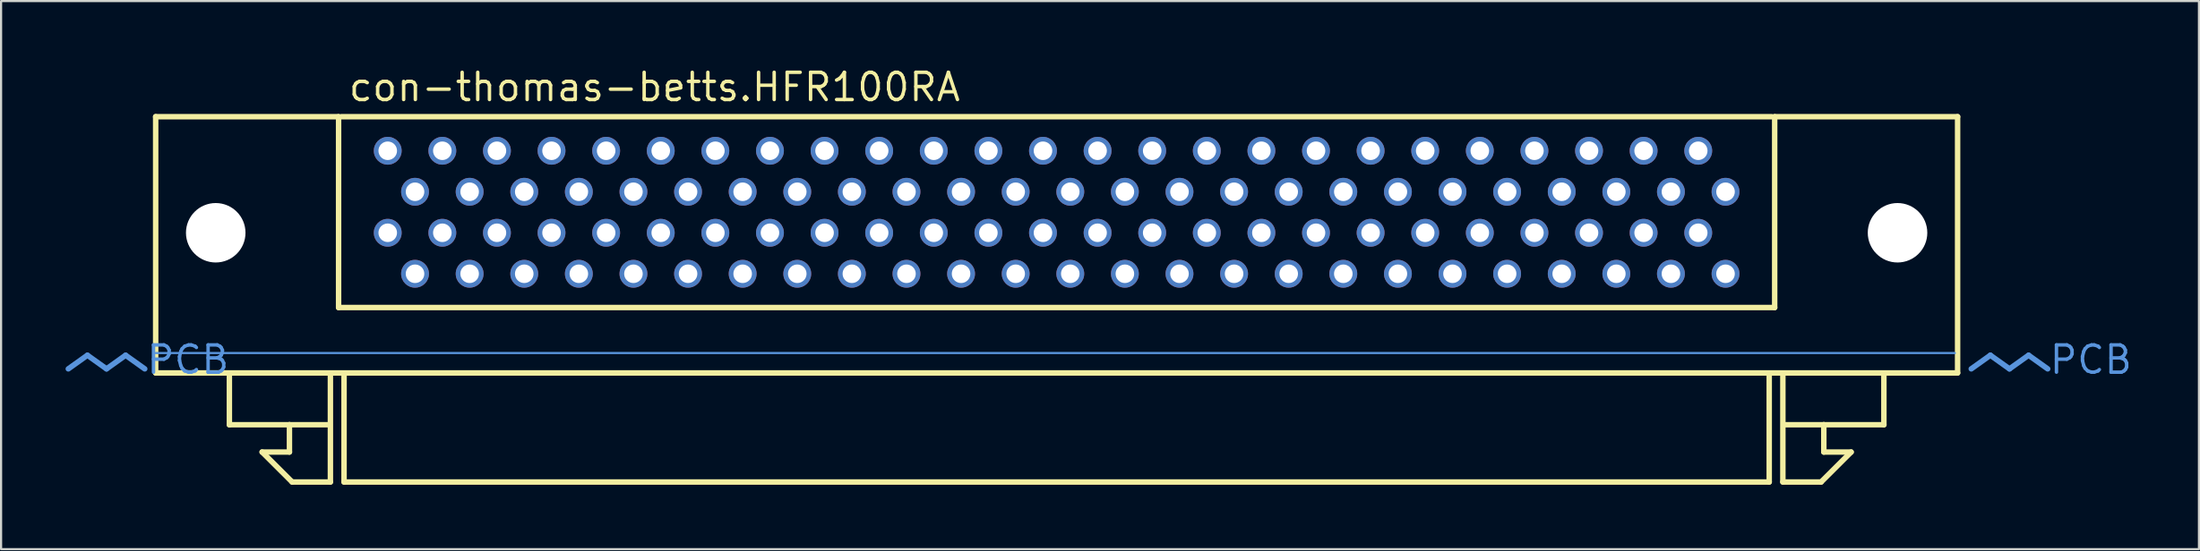
<source format=kicad_pcb>
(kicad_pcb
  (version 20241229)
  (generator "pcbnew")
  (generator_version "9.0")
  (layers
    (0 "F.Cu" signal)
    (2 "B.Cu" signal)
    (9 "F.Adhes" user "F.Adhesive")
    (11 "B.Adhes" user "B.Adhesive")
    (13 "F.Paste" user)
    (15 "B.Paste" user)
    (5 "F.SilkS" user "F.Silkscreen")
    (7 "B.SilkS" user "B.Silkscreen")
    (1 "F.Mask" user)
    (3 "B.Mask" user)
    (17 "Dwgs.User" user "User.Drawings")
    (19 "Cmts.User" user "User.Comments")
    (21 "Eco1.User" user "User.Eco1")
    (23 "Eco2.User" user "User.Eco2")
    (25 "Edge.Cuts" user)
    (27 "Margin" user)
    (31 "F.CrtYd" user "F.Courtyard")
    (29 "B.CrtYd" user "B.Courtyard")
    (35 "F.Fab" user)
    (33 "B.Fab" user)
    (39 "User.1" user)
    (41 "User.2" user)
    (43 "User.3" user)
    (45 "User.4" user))
  (footprint "con-thomas-betts.HFR100RA"
    (layer "F.Cu")
    (at 46.101 12.863)
    (property "Reference" "con-thomas-betts.HFR100RA" (at -33.02 -11.113 0) (layer "F.SilkS") (effects (font (size 1.27 1.27) (thickness 0.16)) (justify left bottom)))
    (attr through_hole)
    (fp_line (start -41.91 -10.477) (end -33.401 -10.477) (stroke (width 0.254) (type default)) (layer "F.SilkS"))
    (fp_line (start -41.91 1.46) (end -41.91 -10.477) (stroke (width 0.254) (type default)) (layer "F.SilkS"))
    (fp_line (start -38.481 3.873) (end -38.481 1.587) (stroke (width 0.254) (type default)) (layer "F.SilkS"))
    (fp_line (start -36.957 5.144) (end -35.687 5.144) (stroke (width 0.254) (type default)) (layer "F.SilkS"))
    (fp_line (start -35.687 3.873) (end -38.481 3.873) (stroke (width 0.254) (type default)) (layer "F.SilkS"))
    (fp_line (start -35.687 3.873) (end -33.909 3.873) (stroke (width 0.254) (type default)) (layer "F.SilkS"))
    (fp_line (start -35.687 5.144) (end -35.687 3.873) (stroke (width 0.254) (type default)) (layer "F.SilkS"))
    (fp_line (start -35.56 6.54) (end -36.957 5.144) (stroke (width 0.254) (type default)) (layer "F.SilkS"))
    (fp_line (start -33.782 1.587) (end -33.782 6.54) (stroke (width 0.254) (type default)) (layer "F.SilkS"))
    (fp_line (start -33.782 6.54) (end -35.56 6.54) (stroke (width 0.254) (type default)) (layer "F.SilkS"))
    (fp_line (start -33.401 -10.477) (end -33.401 -1.587) (stroke (width 0.254) (type default)) (layer "F.SilkS"))
    (fp_line (start -33.401 -1.587) (end 33.401 -1.587) (stroke (width 0.254) (type default)) (layer "F.SilkS"))
    (fp_line (start -33.274 -10.477) (end 33.274 -10.477) (stroke (width 0.254) (type default)) (layer "F.SilkS"))
    (fp_line (start -33.147 6.54) (end -33.147 1.587) (stroke (width 0.254) (type default)) (layer "F.SilkS"))
    (fp_line (start 33.147 1.587) (end 33.147 6.54) (stroke (width 0.254) (type default)) (layer "F.SilkS"))
    (fp_line (start 33.147 6.54) (end -33.147 6.54) (stroke (width 0.254) (type default)) (layer "F.SilkS"))
    (fp_line (start 33.401 -10.477) (end 41.91 -10.477) (stroke (width 0.254) (type default)) (layer "F.SilkS"))
    (fp_line (start 33.401 -1.587) (end 33.401 -10.477) (stroke (width 0.254) (type default)) (layer "F.SilkS"))
    (fp_line (start 33.782 1.587) (end 33.782 6.54) (stroke (width 0.254) (type default)) (layer "F.SilkS"))
    (fp_line (start 33.782 6.54) (end 35.56 6.54) (stroke (width 0.254) (type default)) (layer "F.SilkS"))
    (fp_line (start 35.56 6.54) (end 36.957 5.144) (stroke (width 0.254) (type default)) (layer "F.SilkS"))
    (fp_line (start 35.687 3.873) (end 33.909 3.873) (stroke (width 0.254) (type default)) (layer "F.SilkS"))
    (fp_line (start 35.687 3.873) (end 38.481 3.873) (stroke (width 0.254) (type default)) (layer "F.SilkS"))
    (fp_line (start 35.687 5.144) (end 35.687 3.873) (stroke (width 0.254) (type default)) (layer "F.SilkS"))
    (fp_line (start 36.957 5.144) (end 35.687 5.144) (stroke (width 0.254) (type default)) (layer "F.SilkS"))
    (fp_line (start 38.481 3.873) (end 38.481 1.587) (stroke (width 0.254) (type default)) (layer "F.SilkS"))
    (fp_line (start 41.91 -10.477) (end 41.91 1.46) (stroke (width 0.254) (type default)) (layer "F.SilkS"))
    (fp_line (start 41.91 1.46) (end -41.91 1.46) (stroke (width 0.254) (type default)) (layer "F.SilkS"))
    (fp_line (start -45.085 0.635) (end -45.974 1.27) (stroke (width 0.254) (type default)) (layer "Cmts.User"))
    (fp_line (start -45.085 0.635) (end -44.196 1.27) (stroke (width 0.254) (type default)) (layer "Cmts.User"))
    (fp_line (start -43.307 0.635) (end -44.196 1.27) (stroke (width 0.254) (type default)) (layer "Cmts.User"))
    (fp_line (start -43.307 0.635) (end -42.418 1.27) (stroke (width 0.254) (type default)) (layer "Cmts.User"))
    (fp_line (start -41.91 0.533) (end 41.783 0.533) (stroke (width 0.1) (type default)) (layer "Cmts.User"))
    (fp_line (start 43.434 0.635) (end 42.545 1.27) (stroke (width 0.254) (type default)) (layer "Cmts.User"))
    (fp_line (start 43.434 0.635) (end 44.323 1.27) (stroke (width 0.254) (type default)) (layer "Cmts.User"))
    (fp_line (start 45.212 0.635) (end 44.323 1.27) (stroke (width 0.254) (type default)) (layer "Cmts.User"))
    (fp_line (start 45.212 0.635) (end 46.101 1.27) (stroke (width 0.254) (type default)) (layer "Cmts.User"))
    (fp_text user "PCB" (at 46.101 1.587 180) (layer "Cmts.User") (effects (font (size 1.27 1.27) (thickness 0.16)) (justify left bottom)))
    (fp_text user "PCB" (at -42.418 1.587 180) (layer "Cmts.User") (effects (font (size 1.27 1.27) (thickness 0.16)) (justify left bottom)))
    (pad "" np_thru_hole circle (at -39.116 -5.07) (size 2.769 2.769) (drill 2.769) (layers "*.Cu" "*.Mask"))
    (pad "" np_thru_hole circle (at 39.116 -5.07) (size 2.769 2.769) (drill 2.769) (layers "*.Cu" "*.Mask"))
    (pad "1" thru_hole circle (at 31.115 -6.98) (size 1.295 1.295) (drill 0.864) (layers "*.Cu" "*.Mask"))
    (pad "2" thru_hole circle (at 29.845 -8.89) (size 1.295 1.295) (drill 0.864) (layers "*.Cu" "*.Mask"))
    (pad "3" thru_hole circle (at 28.575 -6.98) (size 1.295 1.295) (drill 0.864) (layers "*.Cu" "*.Mask"))
    (pad "4" thru_hole circle (at 27.305 -8.89) (size 1.295 1.295) (drill 0.864) (layers "*.Cu" "*.Mask"))
    (pad "5" thru_hole circle (at 26.035 -6.98) (size 1.295 1.295) (drill 0.864) (layers "*.Cu" "*.Mask"))
    (pad "6" thru_hole circle (at 24.765 -8.89) (size 1.295 1.295) (drill 0.864) (layers "*.Cu" "*.Mask"))
    (pad "7" thru_hole circle (at 23.495 -6.98) (size 1.295 1.295) (drill 0.864) (layers "*.Cu" "*.Mask"))
    (pad "8" thru_hole circle (at 22.225 -8.89) (size 1.295 1.295) (drill 0.864) (layers "*.Cu" "*.Mask"))
    (pad "9" thru_hole circle (at 20.955 -6.98) (size 1.295 1.295) (drill 0.864) (layers "*.Cu" "*.Mask"))
    (pad "10" thru_hole circle (at 19.685 -8.89) (size 1.295 1.295) (drill 0.864) (layers "*.Cu" "*.Mask"))
    (pad "11" thru_hole circle (at 18.415 -6.98) (size 1.295 1.295) (drill 0.864) (layers "*.Cu" "*.Mask"))
    (pad "12" thru_hole circle (at 17.145 -8.89) (size 1.295 1.295) (drill 0.864) (layers "*.Cu" "*.Mask"))
    (pad "13" thru_hole circle (at 15.875 -6.98) (size 1.295 1.295) (drill 0.864) (layers "*.Cu" "*.Mask"))
    (pad "14" thru_hole circle (at 14.605 -8.89) (size 1.295 1.295) (drill 0.864) (layers "*.Cu" "*.Mask"))
    (pad "15" thru_hole circle (at 13.335 -6.98) (size 1.295 1.295) (drill 0.864) (layers "*.Cu" "*.Mask"))
    (pad "16" thru_hole circle (at 12.065 -8.89) (size 1.295 1.295) (drill 0.864) (layers "*.Cu" "*.Mask"))
    (pad "17" thru_hole circle (at 10.795 -6.98) (size 1.295 1.295) (drill 0.864) (layers "*.Cu" "*.Mask"))
    (pad "18" thru_hole circle (at 9.525 -8.89) (size 1.295 1.295) (drill 0.864) (layers "*.Cu" "*.Mask"))
    (pad "19" thru_hole circle (at 8.255 -6.98) (size 1.295 1.295) (drill 0.864) (layers "*.Cu" "*.Mask"))
    (pad "20" thru_hole circle (at 6.985 -8.89) (size 1.295 1.295) (drill 0.864) (layers "*.Cu" "*.Mask"))
    (pad "21" thru_hole circle (at 5.715 -6.98) (size 1.295 1.295) (drill 0.864) (layers "*.Cu" "*.Mask"))
    (pad "22" thru_hole circle (at 4.445 -8.89) (size 1.295 1.295) (drill 0.864) (layers "*.Cu" "*.Mask"))
    (pad "23" thru_hole circle (at 3.175 -6.98) (size 1.295 1.295) (drill 0.864) (layers "*.Cu" "*.Mask"))
    (pad "24" thru_hole circle (at 1.905 -8.89) (size 1.295 1.295) (drill 0.864) (layers "*.Cu" "*.Mask"))
    (pad "25" thru_hole circle (at 0.635 -6.98) (size 1.295 1.295) (drill 0.864) (layers "*.Cu" "*.Mask"))
    (pad "26" thru_hole circle (at -0.635 -8.89) (size 1.295 1.295) (drill 0.864) (layers "*.Cu" "*.Mask"))
    (pad "27" thru_hole circle (at -1.905 -6.98) (size 1.295 1.295) (drill 0.864) (layers "*.Cu" "*.Mask"))
    (pad "28" thru_hole circle (at -3.175 -8.89) (size 1.295 1.295) (drill 0.864) (layers "*.Cu" "*.Mask"))
    (pad "29" thru_hole circle (at -4.445 -6.98) (size 1.295 1.295) (drill 0.864) (layers "*.Cu" "*.Mask"))
    (pad "30" thru_hole circle (at -5.715 -8.89) (size 1.295 1.295) (drill 0.864) (layers "*.Cu" "*.Mask"))
    (pad "31" thru_hole circle (at -6.985 -6.98) (size 1.295 1.295) (drill 0.864) (layers "*.Cu" "*.Mask"))
    (pad "32" thru_hole circle (at -8.255 -8.89) (size 1.295 1.295) (drill 0.864) (layers "*.Cu" "*.Mask"))
    (pad "33" thru_hole circle (at -9.525 -6.98) (size 1.295 1.295) (drill 0.864) (layers "*.Cu" "*.Mask"))
    (pad "34" thru_hole circle (at -10.795 -8.89) (size 1.295 1.295) (drill 0.864) (layers "*.Cu" "*.Mask"))
    (pad "35" thru_hole circle (at -12.065 -6.98) (size 1.295 1.295) (drill 0.864) (layers "*.Cu" "*.Mask"))
    (pad "36" thru_hole circle (at -13.335 -8.89) (size 1.295 1.295) (drill 0.864) (layers "*.Cu" "*.Mask"))
    (pad "37" thru_hole circle (at -14.605 -6.98) (size 1.295 1.295) (drill 0.864) (layers "*.Cu" "*.Mask"))
    (pad "38" thru_hole circle (at -15.875 -8.89) (size 1.295 1.295) (drill 0.864) (layers "*.Cu" "*.Mask"))
    (pad "39" thru_hole circle (at -17.145 -6.98) (size 1.295 1.295) (drill 0.864) (layers "*.Cu" "*.Mask"))
    (pad "40" thru_hole circle (at -18.415 -8.89) (size 1.295 1.295) (drill 0.864) (layers "*.Cu" "*.Mask"))
    (pad "41" thru_hole circle (at -19.685 -6.98) (size 1.295 1.295) (drill 0.864) (layers "*.Cu" "*.Mask"))
    (pad "42" thru_hole circle (at -20.955 -8.89) (size 1.295 1.295) (drill 0.864) (layers "*.Cu" "*.Mask"))
    (pad "43" thru_hole circle (at -22.225 -6.98) (size 1.295 1.295) (drill 0.864) (layers "*.Cu" "*.Mask"))
    (pad "44" thru_hole circle (at -23.495 -8.89) (size 1.295 1.295) (drill 0.864) (layers "*.Cu" "*.Mask"))
    (pad "45" thru_hole circle (at -24.765 -6.98) (size 1.295 1.295) (drill 0.864) (layers "*.Cu" "*.Mask"))
    (pad "46" thru_hole circle (at -26.035 -8.89) (size 1.295 1.295) (drill 0.864) (layers "*.Cu" "*.Mask"))
    (pad "47" thru_hole circle (at -27.305 -6.98) (size 1.295 1.295) (drill 0.864) (layers "*.Cu" "*.Mask"))
    (pad "48" thru_hole circle (at -28.575 -8.89) (size 1.295 1.295) (drill 0.864) (layers "*.Cu" "*.Mask"))
    (pad "49" thru_hole circle (at -29.845 -6.98) (size 1.295 1.295) (drill 0.864) (layers "*.Cu" "*.Mask"))
    (pad "50" thru_hole circle (at -31.115 -8.89) (size 1.295 1.295) (drill 0.864) (layers "*.Cu" "*.Mask"))
    (pad "51" thru_hole circle (at 31.115 -3.16) (size 1.295 1.295) (drill 0.864) (layers "*.Cu" "*.Mask"))
    (pad "52" thru_hole circle (at 29.845 -5.07) (size 1.295 1.295) (drill 0.864) (layers "*.Cu" "*.Mask"))
    (pad "53" thru_hole circle (at 28.575 -3.16) (size 1.295 1.295) (drill 0.864) (layers "*.Cu" "*.Mask"))
    (pad "54" thru_hole circle (at 27.305 -5.07) (size 1.295 1.295) (drill 0.864) (layers "*.Cu" "*.Mask"))
    (pad "55" thru_hole circle (at 26.035 -3.16) (size 1.295 1.295) (drill 0.864) (layers "*.Cu" "*.Mask"))
    (pad "56" thru_hole circle (at 24.765 -5.07) (size 1.295 1.295) (drill 0.864) (layers "*.Cu" "*.Mask"))
    (pad "57" thru_hole circle (at 23.495 -3.16) (size 1.295 1.295) (drill 0.864) (layers "*.Cu" "*.Mask"))
    (pad "58" thru_hole circle (at 22.225 -5.07) (size 1.295 1.295) (drill 0.864) (layers "*.Cu" "*.Mask"))
    (pad "59" thru_hole circle (at 20.955 -3.16) (size 1.295 1.295) (drill 0.864) (layers "*.Cu" "*.Mask"))
    (pad "60" thru_hole circle (at 19.685 -5.07) (size 1.295 1.295) (drill 0.864) (layers "*.Cu" "*.Mask"))
    (pad "61" thru_hole circle (at 18.415 -3.16) (size 1.295 1.295) (drill 0.864) (layers "*.Cu" "*.Mask"))
    (pad "62" thru_hole circle (at 17.145 -5.07) (size 1.295 1.295) (drill 0.864) (layers "*.Cu" "*.Mask"))
    (pad "63" thru_hole circle (at 15.875 -3.16) (size 1.295 1.295) (drill 0.864) (layers "*.Cu" "*.Mask"))
    (pad "64" thru_hole circle (at 14.605 -5.07) (size 1.295 1.295) (drill 0.864) (layers "*.Cu" "*.Mask"))
    (pad "65" thru_hole circle (at 13.335 -3.16) (size 1.295 1.295) (drill 0.864) (layers "*.Cu" "*.Mask"))
    (pad "66" thru_hole circle (at 12.065 -5.07) (size 1.295 1.295) (drill 0.864) (layers "*.Cu" "*.Mask"))
    (pad "67" thru_hole circle (at 10.795 -3.16) (size 1.295 1.295) (drill 0.864) (layers "*.Cu" "*.Mask"))
    (pad "68" thru_hole circle (at 9.525 -5.07) (size 1.295 1.295) (drill 0.864) (layers "*.Cu" "*.Mask"))
    (pad "69" thru_hole circle (at 8.255 -3.16) (size 1.295 1.295) (drill 0.864) (layers "*.Cu" "*.Mask"))
    (pad "70" thru_hole circle (at 6.985 -5.07) (size 1.295 1.295) (drill 0.864) (layers "*.Cu" "*.Mask"))
    (pad "71" thru_hole circle (at 5.715 -3.16) (size 1.295 1.295) (drill 0.864) (layers "*.Cu" "*.Mask"))
    (pad "72" thru_hole circle (at 4.445 -5.07) (size 1.295 1.295) (drill 0.864) (layers "*.Cu" "*.Mask"))
    (pad "73" thru_hole circle (at 3.175 -3.16) (size 1.295 1.295) (drill 0.864) (layers "*.Cu" "*.Mask"))
    (pad "74" thru_hole circle (at 1.905 -5.07) (size 1.295 1.295) (drill 0.864) (layers "*.Cu" "*.Mask"))
    (pad "75" thru_hole circle (at 0.635 -3.16) (size 1.295 1.295) (drill 0.864) (layers "*.Cu" "*.Mask"))
    (pad "76" thru_hole circle (at -0.635 -5.07) (size 1.295 1.295) (drill 0.864) (layers "*.Cu" "*.Mask"))
    (pad "77" thru_hole circle (at -1.905 -3.16) (size 1.295 1.295) (drill 0.864) (layers "*.Cu" "*.Mask"))
    (pad "78" thru_hole circle (at -3.175 -5.07) (size 1.295 1.295) (drill 0.864) (layers "*.Cu" "*.Mask"))
    (pad "79" thru_hole circle (at -4.445 -3.16) (size 1.295 1.295) (drill 0.864) (layers "*.Cu" "*.Mask"))
    (pad "80" thru_hole circle (at -5.715 -5.07) (size 1.295 1.295) (drill 0.864) (layers "*.Cu" "*.Mask"))
    (pad "81" thru_hole circle (at -6.985 -3.16) (size 1.295 1.295) (drill 0.864) (layers "*.Cu" "*.Mask"))
    (pad "82" thru_hole circle (at -8.255 -5.07) (size 1.295 1.295) (drill 0.864) (layers "*.Cu" "*.Mask"))
    (pad "83" thru_hole circle (at -9.525 -3.16) (size 1.295 1.295) (drill 0.864) (layers "*.Cu" "*.Mask"))
    (pad "84" thru_hole circle (at -10.795 -5.07) (size 1.295 1.295) (drill 0.864) (layers "*.Cu" "*.Mask"))
    (pad "85" thru_hole circle (at -12.065 -3.16) (size 1.295 1.295) (drill 0.864) (layers "*.Cu" "*.Mask"))
    (pad "86" thru_hole circle (at -13.335 -5.07) (size 1.295 1.295) (drill 0.864) (layers "*.Cu" "*.Mask"))
    (pad "87" thru_hole circle (at -14.605 -3.16) (size 1.295 1.295) (drill 0.864) (layers "*.Cu" "*.Mask"))
    (pad "88" thru_hole circle (at -15.875 -5.07) (size 1.295 1.295) (drill 0.864) (layers "*.Cu" "*.Mask"))
    (pad "89" thru_hole circle (at -17.145 -3.16) (size 1.295 1.295) (drill 0.864) (layers "*.Cu" "*.Mask"))
    (pad "90" thru_hole circle (at -18.415 -5.07) (size 1.295 1.295) (drill 0.864) (layers "*.Cu" "*.Mask"))
    (pad "91" thru_hole circle (at -19.685 -3.16) (size 1.295 1.295) (drill 0.864) (layers "*.Cu" "*.Mask"))
    (pad "92" thru_hole circle (at -20.955 -5.07) (size 1.295 1.295) (drill 0.864) (layers "*.Cu" "*.Mask"))
    (pad "93" thru_hole circle (at -22.225 -3.16) (size 1.295 1.295) (drill 0.864) (layers "*.Cu" "*.Mask"))
    (pad "94" thru_hole circle (at -23.495 -5.07) (size 1.295 1.295) (drill 0.864) (layers "*.Cu" "*.Mask"))
    (pad "95" thru_hole circle (at -24.765 -3.16) (size 1.295 1.295) (drill 0.864) (layers "*.Cu" "*.Mask"))
    (pad "96" thru_hole circle (at -26.035 -5.07) (size 1.295 1.295) (drill 0.864) (layers "*.Cu" "*.Mask"))
    (pad "97" thru_hole circle (at -27.305 -3.16) (size 1.295 1.295) (drill 0.864) (layers "*.Cu" "*.Mask"))
    (pad "98" thru_hole circle (at -28.575 -5.07) (size 1.295 1.295) (drill 0.864) (layers "*.Cu" "*.Mask"))
    (pad "99" thru_hole circle (at -29.845 -3.16) (size 1.295 1.295) (drill 0.864) (layers "*.Cu" "*.Mask"))
    (pad "100" thru_hole circle (at -31.115 -5.07) (size 1.295 1.295) (drill 0.864) (layers "*.Cu" "*.Mask")))
  (gr_rect
    (start -3 -3)
    (end 99.238 22.53)
    (stroke (width 0.1) (type default))
    (fill no)
    (layer "Edge.Cuts")))
</source>
